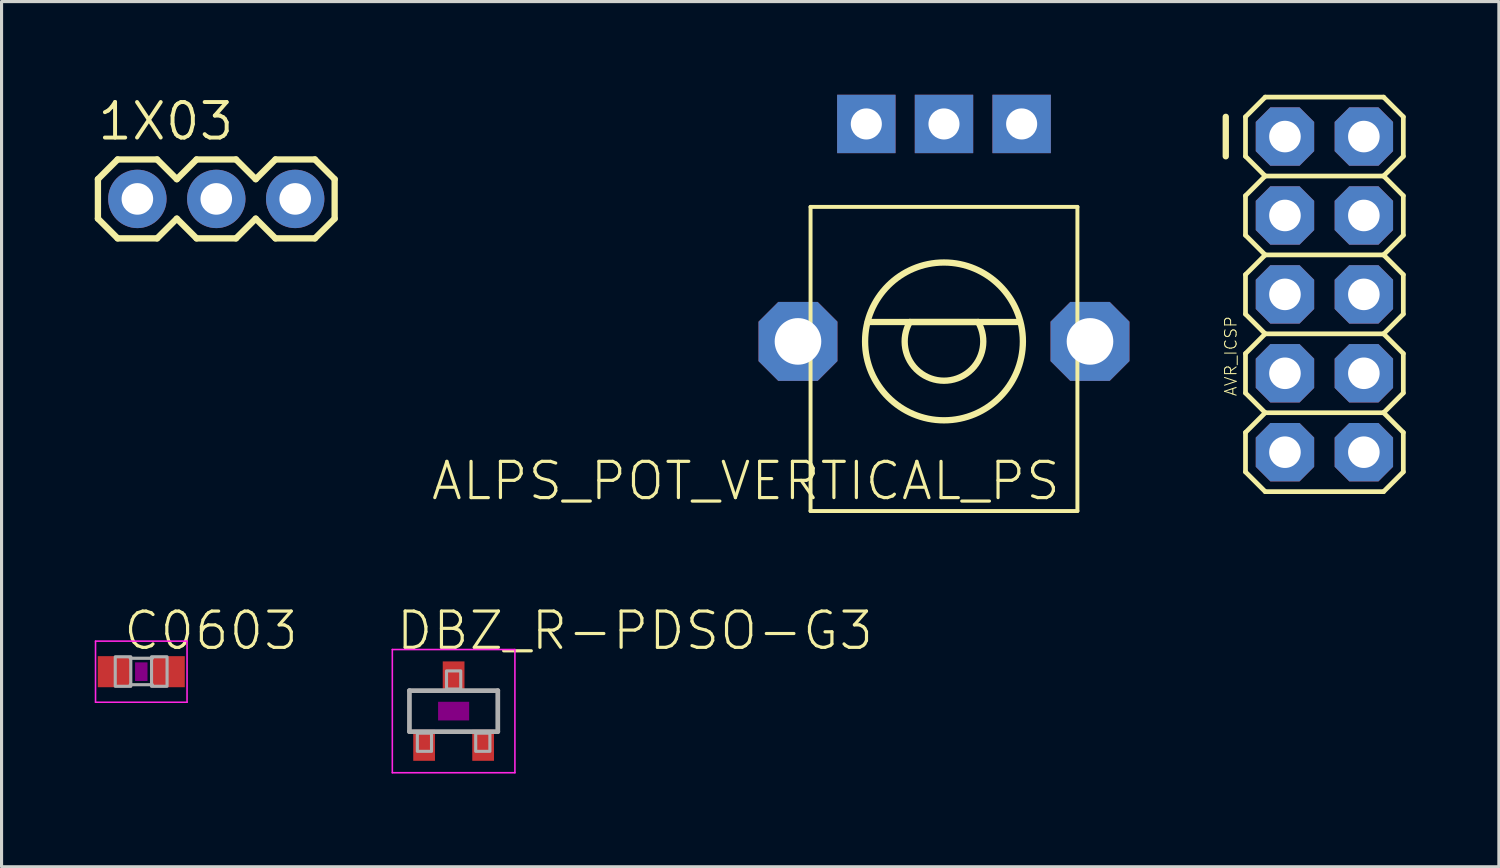
<source format=kicad_pcb>
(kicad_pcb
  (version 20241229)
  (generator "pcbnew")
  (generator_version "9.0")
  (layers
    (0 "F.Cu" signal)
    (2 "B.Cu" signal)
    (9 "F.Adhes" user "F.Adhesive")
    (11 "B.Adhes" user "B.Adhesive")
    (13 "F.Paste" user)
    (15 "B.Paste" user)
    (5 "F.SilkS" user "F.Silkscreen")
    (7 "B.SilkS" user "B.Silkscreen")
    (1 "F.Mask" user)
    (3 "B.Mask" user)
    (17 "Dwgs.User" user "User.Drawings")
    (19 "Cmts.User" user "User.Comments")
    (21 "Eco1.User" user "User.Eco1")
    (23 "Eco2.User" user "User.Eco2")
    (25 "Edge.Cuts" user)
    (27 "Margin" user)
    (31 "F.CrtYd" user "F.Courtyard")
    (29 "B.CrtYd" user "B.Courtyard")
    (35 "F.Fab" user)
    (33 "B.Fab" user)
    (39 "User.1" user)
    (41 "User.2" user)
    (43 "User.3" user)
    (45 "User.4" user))
  (footprint "DBZ_R-PDSO-G3"
    (layer "F.Cu")
    (at 11.552 19.841)
    (property "Reference" "DBZ_R-PDSO-G3" (at -1.905 -1.905 0) (layer "F.SilkS") (effects (font (size 1.168 1.168) (thickness 0.102)) (justify left bottom)))
    (fp_poly (pts (xy -0.5 0.3) (xy 0.5 0.3) (xy 0.5 -0.3) (xy -0.5 -0.3)) (stroke (width 0) (type solid)) (fill yes) (layer "F.Adhes"))
    (fp_line (start -1.973 -1.983) (end 1.973 -1.983) (stroke (width 0.051) (type solid)) (layer "F.CrtYd"))
    (fp_line (start -1.973 1.983) (end -1.973 -1.983) (stroke (width 0.051) (type solid)) (layer "F.CrtYd"))
    (fp_line (start 1.973 -1.983) (end 1.973 1.983) (stroke (width 0.051) (type solid)) (layer "F.CrtYd"))
    (fp_line (start 1.973 1.983) (end -1.973 1.983) (stroke (width 0.051) (type solid)) (layer "F.CrtYd"))
    (fp_line (start -1.422 -0.66) (end 1.422 -0.66) (stroke (width 0.152) (type solid)) (layer "F.Fab"))
    (fp_line (start -1.422 0.66) (end -1.422 -0.66) (stroke (width 0.152) (type solid)) (layer "F.Fab"))
    (fp_line (start 1.422 -0.66) (end 1.422 0.66) (stroke (width 0.152) (type solid)) (layer "F.Fab"))
    (fp_line (start 1.422 0.66) (end -1.422 0.66) (stroke (width 0.152) (type solid)) (layer "F.Fab"))
    (fp_poly (pts (xy -1.168 1.295) (xy -0.711 1.295) (xy -0.711 0.711) (xy -1.168 0.711)) (stroke (width 0.1) (type solid)) (fill no) (layer "F.Fab"))
    (fp_poly (pts (xy -0.229 -0.711) (xy 0.229 -0.711) (xy 0.229 -1.295) (xy -0.229 -1.295)) (stroke (width 0.1) (type solid)) (fill no) (layer "F.Fab"))
    (fp_poly (pts (xy 0.711 1.295) (xy 1.168 1.295) (xy 1.168 0.711) (xy 0.711 0.711)) (stroke (width 0.1) (type solid)) (fill no) (layer "F.Fab"))
    (pad "1" smd rect (at -0.95 1.1) (size 0.7 1) (layers "F.Cu" "F.Mask" "F.Paste"))
    (pad "2" smd rect (at 0.95 1.1) (size 0.7 1) (layers "F.Cu" "F.Mask" "F.Paste"))
    (pad "3" smd rect (at 0 -1.1) (size 0.7 1) (layers "F.Cu" "F.Mask" "F.Paste")))
  (footprint "C0603"
    (layer "F.Cu")
    (at 1.498 18.572)
    (property "Reference" "C0603" (at -0.635 -0.635 0) (layer "F.SilkS") (effects (font (size 1.168 1.168) (thickness 0.102)) (justify left bottom)))
    (fp_poly (pts (xy -0.2 0.3) (xy 0.2 0.3) (xy 0.2 -0.3) (xy -0.2 -0.3)) (stroke (width 0) (type solid)) (fill yes) (layer "F.Adhes"))
    (fp_line (start -1.473 -0.983) (end 1.473 -0.983) (stroke (width 0.051) (type solid)) (layer "F.CrtYd"))
    (fp_line (start -1.473 0.983) (end -1.473 -0.983) (stroke (width 0.051) (type solid)) (layer "F.CrtYd"))
    (fp_line (start 1.473 -0.983) (end 1.473 0.983) (stroke (width 0.051) (type solid)) (layer "F.CrtYd"))
    (fp_line (start 1.473 0.983) (end -1.473 0.983) (stroke (width 0.051) (type solid)) (layer "F.CrtYd"))
    (fp_line (start -0.356 -0.432) (end 0.356 -0.432) (stroke (width 0.102) (type solid)) (layer "F.Fab"))
    (fp_line (start -0.356 0.419) (end 0.356 0.419) (stroke (width 0.102) (type solid)) (layer "F.Fab"))
    (fp_poly (pts (xy -0.838 0.47) (xy -0.338 0.47) (xy -0.338 -0.48) (xy -0.838 -0.48)) (stroke (width 0.1) (type solid)) (fill no) (layer "F.Fab"))
    (fp_poly (pts (xy 0.33 0.47) (xy 0.83 0.47) (xy 0.83 -0.48) (xy 0.33 -0.48)) (stroke (width 0.1) (type solid)) (fill no) (layer "F.Fab"))
    (pad "1" smd rect (at -0.85 0) (size 1.1 1) (layers "F.Cu" "F.Mask" "F.Paste"))
    (pad "2" smd rect (at 0.85 0) (size 1.1 1) (layers "F.Cu" "F.Mask" "F.Paste")))
  (footprint "ALPS_POT_VERTICAL_PS"
    (layer "F.Cu")
    (at 27.337 7.94)
    (property "Reference" "ALPS_POT_VERTICAL_PS" (at 3.81 3.81 0) (layer "F.SilkS") (effects (font (size 1.168 1.168) (thickness 0.102)) (justify right top)))
    (fp_line (start -4.295 -4.33) (end 4.295 -4.33) (stroke (width 0.127) (type solid)) (layer "F.SilkS"))
    (fp_line (start -4.295 5.46) (end -4.295 -4.33) (stroke (width 0.127) (type solid)) (layer "F.SilkS"))
    (fp_line (start -2.45 -0.625) (end 2.425 -0.625) (stroke (width 0.203) (type solid)) (layer "F.SilkS"))
    (fp_line (start -1.1 -0.625) (end 1.1 -0.625) (stroke (width 0.203) (type solid)) (layer "F.SilkS"))
    (fp_line (start 4.295 -4.33) (end 4.295 5.46) (stroke (width 0.127) (type solid)) (layer "F.SilkS"))
    (fp_line (start 4.295 5.46) (end -4.295 5.46) (stroke (width 0.127) (type solid)) (layer "F.SilkS"))
    (fp_arc (start 1.1 -0.625) (mid 0 1.265158) (end -1.1 -0.625) (stroke (width 0.2032) (type solid)) (layer "F.SilkS"))
    (fp_circle (center 0 0) (end 2.54 0) (stroke (width 0.203) (type solid)) (fill no) (layer "F.SilkS"))
    (pad "P$1" thru_hole rect (at -2.5 -7 270) (size 1.88 1.88) (drill 1) (layers "*.Cu" "*.Mask"))
    (pad "P$2" thru_hole rect (at 0 -7 270) (size 1.88 1.88) (drill 1) (layers "*.Cu" "*.Mask"))
    (pad "P$3" thru_hole rect (at 2.5 -7 270) (size 1.88 1.88) (drill 1) (layers "*.Cu" "*.Mask"))
    (pad "P$4" thru_hole roundrect (at -4.7 0 270) (size 2.54 2.54) (drill 1.5) (layers "*.Cu" "*.Mask") (roundrect_rratio 0.25) (chamfer_ratio 0.25) (chamfer top_left top_right bottom_left bottom_right))
    (pad "P$5" thru_hole roundrect (at 4.7 0 270) (size 2.54 2.54) (drill 1.5) (layers "*.Cu" "*.Mask") (roundrect_rratio 0.25) (chamfer_ratio 0.25) (chamfer top_left top_right bottom_left bottom_right)))
  (footprint "1X03"
    (layer "F.Cu")
    (at 1.372 3.353)
    (property "Reference" "1X03" (at -1.346 -1.829 0) (layer "F.SilkS") (effects (font (size 1.143 1.143) (thickness 0.127)) (justify left bottom)))
    (fp_line (start -1.27 -0.635) (end -1.27 0.635) (stroke (width 0.203) (type solid)) (layer "F.SilkS"))
    (fp_line (start -1.27 0.635) (end -0.635 1.27) (stroke (width 0.203) (type solid)) (layer "F.SilkS"))
    (fp_line (start -0.635 -1.27) (end -1.27 -0.635) (stroke (width 0.203) (type solid)) (layer "F.SilkS"))
    (fp_line (start -0.635 -1.27) (end 0.635 -1.27) (stroke (width 0.203) (type solid)) (layer "F.SilkS"))
    (fp_line (start 0.635 -1.27) (end 1.27 -0.635) (stroke (width 0.203) (type solid)) (layer "F.SilkS"))
    (fp_line (start 0.635 1.27) (end -0.635 1.27) (stroke (width 0.203) (type solid)) (layer "F.SilkS"))
    (fp_line (start 1.27 -0.635) (end 1.905 -1.27) (stroke (width 0.203) (type solid)) (layer "F.SilkS"))
    (fp_line (start 1.27 0.635) (end 0.635 1.27) (stroke (width 0.203) (type solid)) (layer "F.SilkS"))
    (fp_line (start 1.905 -1.27) (end 3.175 -1.27) (stroke (width 0.203) (type solid)) (layer "F.SilkS"))
    (fp_line (start 1.905 1.27) (end 1.27 0.635) (stroke (width 0.203) (type solid)) (layer "F.SilkS"))
    (fp_line (start 3.175 -1.27) (end 3.81 -0.635) (stroke (width 0.203) (type solid)) (layer "F.SilkS"))
    (fp_line (start 3.175 1.27) (end 1.905 1.27) (stroke (width 0.203) (type solid)) (layer "F.SilkS"))
    (fp_line (start 3.81 -0.635) (end 4.445 -1.27) (stroke (width 0.203) (type solid)) (layer "F.SilkS"))
    (fp_line (start 3.81 0.635) (end 3.175 1.27) (stroke (width 0.203) (type solid)) (layer "F.SilkS"))
    (fp_line (start 4.445 -1.27) (end 5.715 -1.27) (stroke (width 0.203) (type solid)) (layer "F.SilkS"))
    (fp_line (start 4.445 1.27) (end 3.81 0.635) (stroke (width 0.203) (type solid)) (layer "F.SilkS"))
    (fp_line (start 5.715 -1.27) (end 6.35 -0.635) (stroke (width 0.203) (type solid)) (layer "F.SilkS"))
    (fp_line (start 5.715 1.27) (end 4.445 1.27) (stroke (width 0.203) (type solid)) (layer "F.SilkS"))
    (fp_line (start 6.35 -0.635) (end 6.35 0.635) (stroke (width 0.203) (type solid)) (layer "F.SilkS"))
    (fp_line (start 6.35 0.635) (end 5.715 1.27) (stroke (width 0.203) (type solid)) (layer "F.SilkS"))
    (fp_poly (pts (xy -0.254 0.254) (xy 0.254 0.254) (xy 0.254 -0.254) (xy -0.254 -0.254)) (stroke (width 0.1) (type solid)) (fill no) (layer "F.Fab"))
    (fp_poly (pts (xy 2.286 0.254) (xy 2.794 0.254) (xy 2.794 -0.254) (xy 2.286 -0.254)) (stroke (width 0.1) (type solid)) (fill no) (layer "F.Fab"))
    (fp_poly (pts (xy 4.826 0.254) (xy 5.334 0.254) (xy 5.334 -0.254) (xy 4.826 -0.254)) (stroke (width 0.1) (type solid)) (fill no) (layer "F.Fab"))
    (pad "1" thru_hole circle (at 0 0 90) (size 1.88 1.88) (drill 1.016) (layers "*.Cu" "*.Mask"))
    (pad "2" thru_hole circle (at 2.54 0 90) (size 1.88 1.88) (drill 1.016) (layers "*.Cu" "*.Mask"))
    (pad "3" thru_hole circle (at 5.08 0 90) (size 1.88 1.88) (drill 1.016) (layers "*.Cu" "*.Mask")))
  (footprint "AVR_ICSP"
    (layer "F.Cu")
    (at 39.583 6.426)
    (property "Reference" "AVR_ICSP" (at -2.794 3.302 90) (layer "F.SilkS") (effects (font (size 0.374 0.374) (thickness 0.033)) (justify left bottom)))
    (fp_line (start -3.175 -5.715) (end -3.175 -4.445) (stroke (width 0.203) (type solid)) (layer "F.SilkS"))
    (fp_line (start -2.54 -5.715) (end -2.54 -4.445) (stroke (width 0.152) (type solid)) (layer "F.SilkS"))
    (fp_line (start -2.54 -4.445) (end -1.905 -3.81) (stroke (width 0.152) (type solid)) (layer "F.SilkS"))
    (fp_line (start -2.54 -3.175) (end -2.54 -1.905) (stroke (width 0.152) (type solid)) (layer "F.SilkS"))
    (fp_line (start -2.54 -1.905) (end -1.905 -1.27) (stroke (width 0.152) (type solid)) (layer "F.SilkS"))
    (fp_line (start -2.54 -0.635) (end -2.54 0.635) (stroke (width 0.152) (type solid)) (layer "F.SilkS"))
    (fp_line (start -2.54 0.635) (end -1.905 1.27) (stroke (width 0.152) (type solid)) (layer "F.SilkS"))
    (fp_line (start -2.54 1.905) (end -2.54 3.175) (stroke (width 0.152) (type solid)) (layer "F.SilkS"))
    (fp_line (start -2.54 3.175) (end -1.905 3.81) (stroke (width 0.152) (type solid)) (layer "F.SilkS"))
    (fp_line (start -2.54 4.445) (end -2.54 5.715) (stroke (width 0.152) (type solid)) (layer "F.SilkS"))
    (fp_line (start -2.54 5.715) (end -1.905 6.35) (stroke (width 0.152) (type solid)) (layer "F.SilkS"))
    (fp_line (start -1.905 -6.35) (end -2.54 -5.715) (stroke (width 0.152) (type solid)) (layer "F.SilkS"))
    (fp_line (start -1.905 -6.35) (end 1.905 -6.35) (stroke (width 0.152) (type solid)) (layer "F.SilkS"))
    (fp_line (start -1.905 -3.81) (end -2.54 -3.175) (stroke (width 0.152) (type solid)) (layer "F.SilkS"))
    (fp_line (start -1.905 -1.27) (end -2.54 -0.635) (stroke (width 0.152) (type solid)) (layer "F.SilkS"))
    (fp_line (start -1.905 1.27) (end -2.54 1.905) (stroke (width 0.152) (type solid)) (layer "F.SilkS"))
    (fp_line (start -1.905 3.81) (end -2.54 4.445) (stroke (width 0.152) (type solid)) (layer "F.SilkS"))
    (fp_line (start 1.905 -6.35) (end 2.54 -5.715) (stroke (width 0.152) (type solid)) (layer "F.SilkS"))
    (fp_line (start 1.905 -3.81) (end -1.905 -3.81) (stroke (width 0.152) (type solid)) (layer "F.SilkS"))
    (fp_line (start 1.905 -3.81) (end 2.54 -3.175) (stroke (width 0.152) (type solid)) (layer "F.SilkS"))
    (fp_line (start 1.905 -1.27) (end -1.905 -1.27) (stroke (width 0.152) (type solid)) (layer "F.SilkS"))
    (fp_line (start 1.905 -1.27) (end 2.54 -0.635) (stroke (width 0.152) (type solid)) (layer "F.SilkS"))
    (fp_line (start 1.905 1.27) (end -1.905 1.27) (stroke (width 0.152) (type solid)) (layer "F.SilkS"))
    (fp_line (start 1.905 1.27) (end 2.54 1.905) (stroke (width 0.152) (type solid)) (layer "F.SilkS"))
    (fp_line (start 1.905 3.81) (end -1.905 3.81) (stroke (width 0.152) (type solid)) (layer "F.SilkS"))
    (fp_line (start 1.905 3.81) (end 2.54 4.445) (stroke (width 0.152) (type solid)) (layer "F.SilkS"))
    (fp_line (start 1.905 6.35) (end -1.905 6.35) (stroke (width 0.152) (type solid)) (layer "F.SilkS"))
    (fp_line (start 2.54 -5.715) (end 2.54 -4.445) (stroke (width 0.152) (type solid)) (layer "F.SilkS"))
    (fp_line (start 2.54 -4.445) (end 1.905 -3.81) (stroke (width 0.152) (type solid)) (layer "F.SilkS"))
    (fp_line (start 2.54 -3.175) (end 2.54 -1.905) (stroke (width 0.152) (type solid)) (layer "F.SilkS"))
    (fp_line (start 2.54 -1.905) (end 1.905 -1.27) (stroke (width 0.152) (type solid)) (layer "F.SilkS"))
    (fp_line (start 2.54 -0.635) (end 2.54 0.635) (stroke (width 0.152) (type solid)) (layer "F.SilkS"))
    (fp_line (start 2.54 0.635) (end 1.905 1.27) (stroke (width 0.152) (type solid)) (layer "F.SilkS"))
    (fp_line (start 2.54 1.905) (end 2.54 3.175) (stroke (width 0.152) (type solid)) (layer "F.SilkS"))
    (fp_line (start 2.54 3.175) (end 1.905 3.81) (stroke (width 0.152) (type solid)) (layer "F.SilkS"))
    (fp_line (start 2.54 4.445) (end 2.54 5.715) (stroke (width 0.152) (type solid)) (layer "F.SilkS"))
    (fp_line (start 2.54 5.715) (end 1.905 6.35) (stroke (width 0.152) (type solid)) (layer "F.SilkS"))
    (fp_poly (pts (xy -1.524 0.254) (xy -1.016 0.254) (xy -1.016 -0.254) (xy -1.524 -0.254)) (stroke (width 0) (type solid)) (fill yes) (layer "F.SilkS"))
    (fp_poly (pts (xy -1.524 -4.826) (xy -1.016 -4.826) (xy -1.016 -5.334) (xy -1.524 -5.334)) (stroke (width 0.1) (type solid)) (fill no) (layer "F.Fab"))
    (fp_poly (pts (xy -1.524 -2.286) (xy -1.016 -2.286) (xy -1.016 -2.794) (xy -1.524 -2.794)) (stroke (width 0.1) (type solid)) (fill no) (layer "F.Fab"))
    (fp_poly (pts (xy -1.524 2.794) (xy -1.016 2.794) (xy -1.016 2.286) (xy -1.524 2.286)) (stroke (width 0.1) (type solid)) (fill no) (layer "F.Fab"))
    (fp_poly (pts (xy -1.524 5.334) (xy -1.016 5.334) (xy -1.016 4.826) (xy -1.524 4.826)) (stroke (width 0.1) (type solid)) (fill no) (layer "F.Fab"))
    (fp_poly (pts (xy 1.016 -4.826) (xy 1.524 -4.826) (xy 1.524 -5.334) (xy 1.016 -5.334)) (stroke (width 0.1) (type solid)) (fill no) (layer "F.Fab"))
    (fp_poly (pts (xy 1.016 -2.286) (xy 1.524 -2.286) (xy 1.524 -2.794) (xy 1.016 -2.794)) (stroke (width 0.1) (type solid)) (fill no) (layer "F.Fab"))
    (fp_poly (pts (xy 1.016 0.254) (xy 1.524 0.254) (xy 1.524 -0.254) (xy 1.016 -0.254)) (stroke (width 0.1) (type solid)) (fill no) (layer "F.Fab"))
    (fp_poly (pts (xy 1.016 2.794) (xy 1.524 2.794) (xy 1.524 2.286) (xy 1.016 2.286)) (stroke (width 0.1) (type solid)) (fill no) (layer "F.Fab"))
    (fp_poly (pts (xy 1.016 5.334) (xy 1.524 5.334) (xy 1.524 4.826) (xy 1.016 4.826)) (stroke (width 0.1) (type solid)) (fill no) (layer "F.Fab"))
    (pad "1" thru_hole roundrect (at -1.27 -5.08 270) (size 1.88 1.88) (drill 1.016) (layers "*.Cu" "*.Mask") (roundrect_rratio 0.25) (chamfer_ratio 0.25) (chamfer top_left top_right bottom_left bottom_right))
    (pad "2" thru_hole roundrect (at 1.27 -5.08 270) (size 1.88 1.88) (drill 1.016) (layers "*.Cu" "*.Mask") (roundrect_rratio 0.25) (chamfer_ratio 0.25) (chamfer top_left top_right bottom_left bottom_right))
    (pad "3" thru_hole roundrect (at -1.27 -2.54 270) (size 1.88 1.88) (drill 1.016) (layers "*.Cu" "*.Mask") (roundrect_rratio 0.25) (chamfer_ratio 0.25) (chamfer top_left top_right bottom_left bottom_right))
    (pad "4" thru_hole roundrect (at 1.27 -2.54 270) (size 1.88 1.88) (drill 1.016) (layers "*.Cu" "*.Mask") (roundrect_rratio 0.25) (chamfer_ratio 0.25) (chamfer top_left top_right bottom_left bottom_right))
    (pad "5" thru_hole roundrect (at -1.27 0 270) (size 1.88 1.88) (drill 1.016) (layers "*.Cu" "*.Mask") (roundrect_rratio 0.25) (chamfer_ratio 0.25) (chamfer top_left top_right bottom_left bottom_right))
    (pad "6" thru_hole roundrect (at 1.27 0 270) (size 1.88 1.88) (drill 1.016) (layers "*.Cu" "*.Mask") (roundrect_rratio 0.25) (chamfer_ratio 0.25) (chamfer top_left top_right bottom_left bottom_right))
    (pad "7" thru_hole roundrect (at -1.27 2.54 270) (size 1.88 1.88) (drill 1.016) (layers "*.Cu" "*.Mask") (roundrect_rratio 0.25) (chamfer_ratio 0.25) (chamfer top_left top_right bottom_left bottom_right))
    (pad "8" thru_hole roundrect (at 1.27 2.54 270) (size 1.88 1.88) (drill 1.016) (layers "*.Cu" "*.Mask") (roundrect_rratio 0.25) (chamfer_ratio 0.25) (chamfer top_left top_right bottom_left bottom_right))
    (pad "9" thru_hole roundrect (at -1.27 5.08 270) (size 1.88 1.88) (drill 1.016) (layers "*.Cu" "*.Mask") (roundrect_rratio 0.25) (chamfer_ratio 0.25) (chamfer top_left top_right bottom_left bottom_right))
    (pad "10" thru_hole roundrect (at 1.27 5.08 270) (size 1.88 1.88) (drill 1.016) (layers "*.Cu" "*.Mask") (roundrect_rratio 0.25) (chamfer_ratio 0.25) (chamfer top_left top_right bottom_left bottom_right)))
  (gr_rect
    (start -3 -3)
    (end 45.199 24.85)
    (stroke (width 0.1) (type default))
    (fill no)
    (layer "Edge.Cuts")))
</source>
